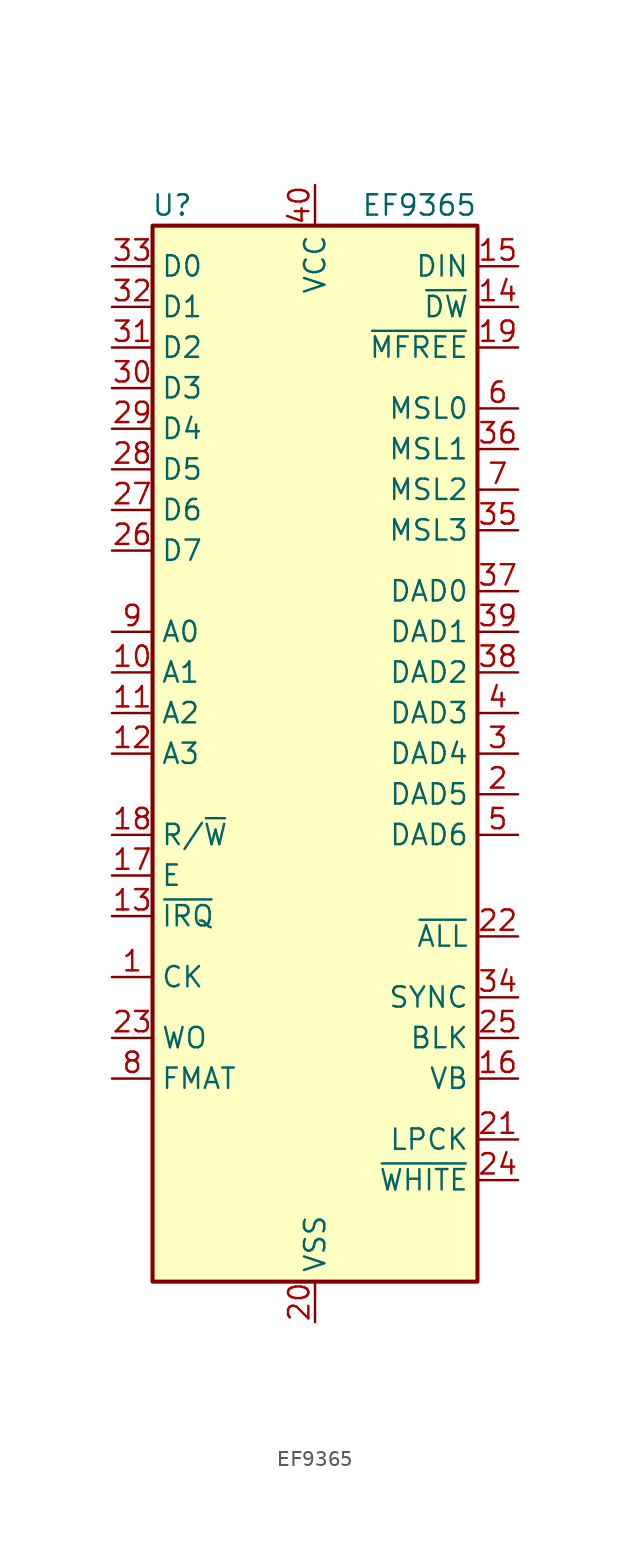
<source format=kicad_sym>
(kicad_symbol_lib
  (version 20241209)
  (generator "kicad_symbol_editor")
  (generator_version "9.0")
  (symbol "EF9365"
    (property "Reference" "U"
      (at -7.62 34.29 0)
      (effects (font (size 1.27 1.27)) (justify right)))
    (property "Value" "EF9365"
      (at 10.16 34.29 0)
      (effects (font (size 1.27 1.27)) (justify right)))
    (symbol "EF9365_0_1"
      (rectangle (start -10.16 -33.02) (end 10.16 33.02) (stroke (width 0.254) (type default)) (fill (type background))))
    (symbol "EF9365_1_1"
      (pin bidirectional line (at -12.7 30.48 0) (length 2.54) (name "D0" (effects (font (size 1.27 1.27)))) (number "33" (effects (font (size 1.27 1.27)))))
      (pin bidirectional line (at -12.7 27.94 0) (length 2.54) (name "D1" (effects (font (size 1.27 1.27)))) (number "32" (effects (font (size 1.27 1.27)))))
      (pin bidirectional line (at -12.7 25.4 0) (length 2.54) (name "D2" (effects (font (size 1.27 1.27)))) (number "31" (effects (font (size 1.27 1.27)))))
      (pin bidirectional line (at -12.7 22.86 0) (length 2.54) (name "D3" (effects (font (size 1.27 1.27)))) (number "30" (effects (font (size 1.27 1.27)))))
      (pin bidirectional line (at -12.7 20.32 0) (length 2.54) (name "D4" (effects (font (size 1.27 1.27)))) (number "29" (effects (font (size 1.27 1.27)))))
      (pin bidirectional line (at -12.7 17.78 0) (length 2.54) (name "D5" (effects (font (size 1.27 1.27)))) (number "28" (effects (font (size 1.27 1.27)))))
      (pin bidirectional line (at -12.7 15.24 0) (length 2.54) (name "D6" (effects (font (size 1.27 1.27)))) (number "27" (effects (font (size 1.27 1.27)))))
      (pin bidirectional line (at -12.7 12.7 0) (length 2.54) (name "D7" (effects (font (size 1.27 1.27)))) (number "26" (effects (font (size 1.27 1.27)))))
      (pin input line (at -12.7 7.62 0) (length 2.54) (name "A0" (effects (font (size 1.27 1.27)))) (number "9" (effects (font (size 1.27 1.27)))))
      (pin input line (at -12.7 5.08 0) (length 2.54) (name "A1" (effects (font (size 1.27 1.27)))) (number "10" (effects (font (size 1.27 1.27)))))
      (pin input line (at -12.7 2.54 0) (length 2.54) (name "A2" (effects (font (size 1.27 1.27)))) (number "11" (effects (font (size 1.27 1.27)))))
      (pin input line (at -12.7 0 0) (length 2.54) (name "A3" (effects (font (size 1.27 1.27)))) (number "12" (effects (font (size 1.27 1.27)))))
      (pin input line (at -12.7 -5.08 0) (length 2.54) (name "R/~{W}" (effects (font (size 1.27 1.27)))) (number "18" (effects (font (size 1.27 1.27)))))
      (pin input line (at -12.7 -7.62 0) (length 2.54) (name "E" (effects (font (size 1.27 1.27)))) (number "17" (effects (font (size 1.27 1.27)))))
      (pin output line (at -12.7 -10.16 0) (length 2.54) (name "~{IRQ}" (effects (font (size 1.27 1.27)))) (number "13" (effects (font (size 1.27 1.27)))))
      (pin input line (at -12.7 -13.97 0) (length 2.54) (name "CK" (effects (font (size 1.27 1.27)))) (number "1" (effects (font (size 1.27 1.27)))))
      (pin input line (at -12.7 -17.78 0) (length 2.54) (name "WO" (effects (font (size 1.27 1.27)))) (number "23" (effects (font (size 1.27 1.27)))))
      (pin input line (at -12.7 -20.32 0) (length 2.54) (name "FMAT" (effects (font (size 1.27 1.27)))) (number "8" (effects (font (size 1.27 1.27)))))
      (pin power_in line (at 0 35.56 270) (length 2.54) (name "VCC" (effects (font (size 1.27 1.27)))) (number "40" (effects (font (size 1.27 1.27)))))
      (pin power_in line (at 0 -35.56 90) (length 2.54) (name "VSS" (effects (font (size 1.27 1.27)))) (number "20" (effects (font (size 1.27 1.27)))))
      (pin output line (at 12.7 30.48 180) (length 2.54) (name "DIN" (effects (font (size 1.27 1.27)))) (number "15" (effects (font (size 1.27 1.27)))))
      (pin output line (at 12.7 27.94 180) (length 2.54) (name "~{DW}" (effects (font (size 1.27 1.27)))) (number "14" (effects (font (size 1.27 1.27)))))
      (pin output line (at 12.7 25.4 180) (length 2.54) (name "~{MFREE}" (effects (font (size 1.27 1.27)))) (number "19" (effects (font (size 1.27 1.27)))))
      (pin output line (at 12.7 21.59 180) (length 2.54) (name "MSL0" (effects (font (size 1.27 1.27)))) (number "6" (effects (font (size 1.27 1.27)))))
      (pin output line (at 12.7 19.05 180) (length 2.54) (name "MSL1" (effects (font (size 1.27 1.27)))) (number "36" (effects (font (size 1.27 1.27)))))
      (pin output line (at 12.7 16.51 180) (length 2.54) (name "MSL2" (effects (font (size 1.27 1.27)))) (number "7" (effects (font (size 1.27 1.27)))))
      (pin output line (at 12.7 13.97 180) (length 2.54) (name "MSL3" (effects (font (size 1.27 1.27)))) (number "35" (effects (font (size 1.27 1.27)))))
      (pin output line (at 12.7 10.16 180) (length 2.54) (name "DAD0" (effects (font (size 1.27 1.27)))) (number "37" (effects (font (size 1.27 1.27)))))
      (pin output line (at 12.7 7.62 180) (length 2.54) (name "DAD1" (effects (font (size 1.27 1.27)))) (number "39" (effects (font (size 1.27 1.27)))))
      (pin output line (at 12.7 5.08 180) (length 2.54) (name "DAD2" (effects (font (size 1.27 1.27)))) (number "38" (effects (font (size 1.27 1.27)))))
      (pin output line (at 12.7 2.54 180) (length 2.54) (name "DAD3" (effects (font (size 1.27 1.27)))) (number "4" (effects (font (size 1.27 1.27)))))
      (pin output line (at 12.7 0 180) (length 2.54) (name "DAD4" (effects (font (size 1.27 1.27)))) (number "3" (effects (font (size 1.27 1.27)))))
      (pin output line (at 12.7 -2.54 180) (length 2.54) (name "DAD5" (effects (font (size 1.27 1.27)))) (number "2" (effects (font (size 1.27 1.27)))))
      (pin output line (at 12.7 -5.08 180) (length 2.54) (name "DAD6" (effects (font (size 1.27 1.27)))) (number "5" (effects (font (size 1.27 1.27)))))
      (pin output line (at 12.7 -11.43 180) (length 2.54) (name "~{ALL}" (effects (font (size 1.27 1.27)))) (number "22" (effects (font (size 1.27 1.27)))))
      (pin output line (at 12.7 -15.24 180) (length 2.54) (name "SYNC" (effects (font (size 1.27 1.27)))) (number "34" (effects (font (size 1.27 1.27)))))
      (pin output line (at 12.7 -17.78 180) (length 2.54) (name "BLK" (effects (font (size 1.27 1.27)))) (number "25" (effects (font (size 1.27 1.27)))))
      (pin output line (at 12.7 -20.32 180) (length 2.54) (name "VB" (effects (font (size 1.27 1.27)))) (number "16" (effects (font (size 1.27 1.27)))))
      (pin input line (at 12.7 -24.13 180) (length 2.54) (name "LPCK" (effects (font (size 1.27 1.27)))) (number "21" (effects (font (size 1.27 1.27)))))
      (pin output line (at 12.7 -26.67 180) (length 2.54) (name "~{WHITE}" (effects (font (size 1.27 1.27)))) (number "24" (effects (font (size 1.27 1.27))))))))
</source>
